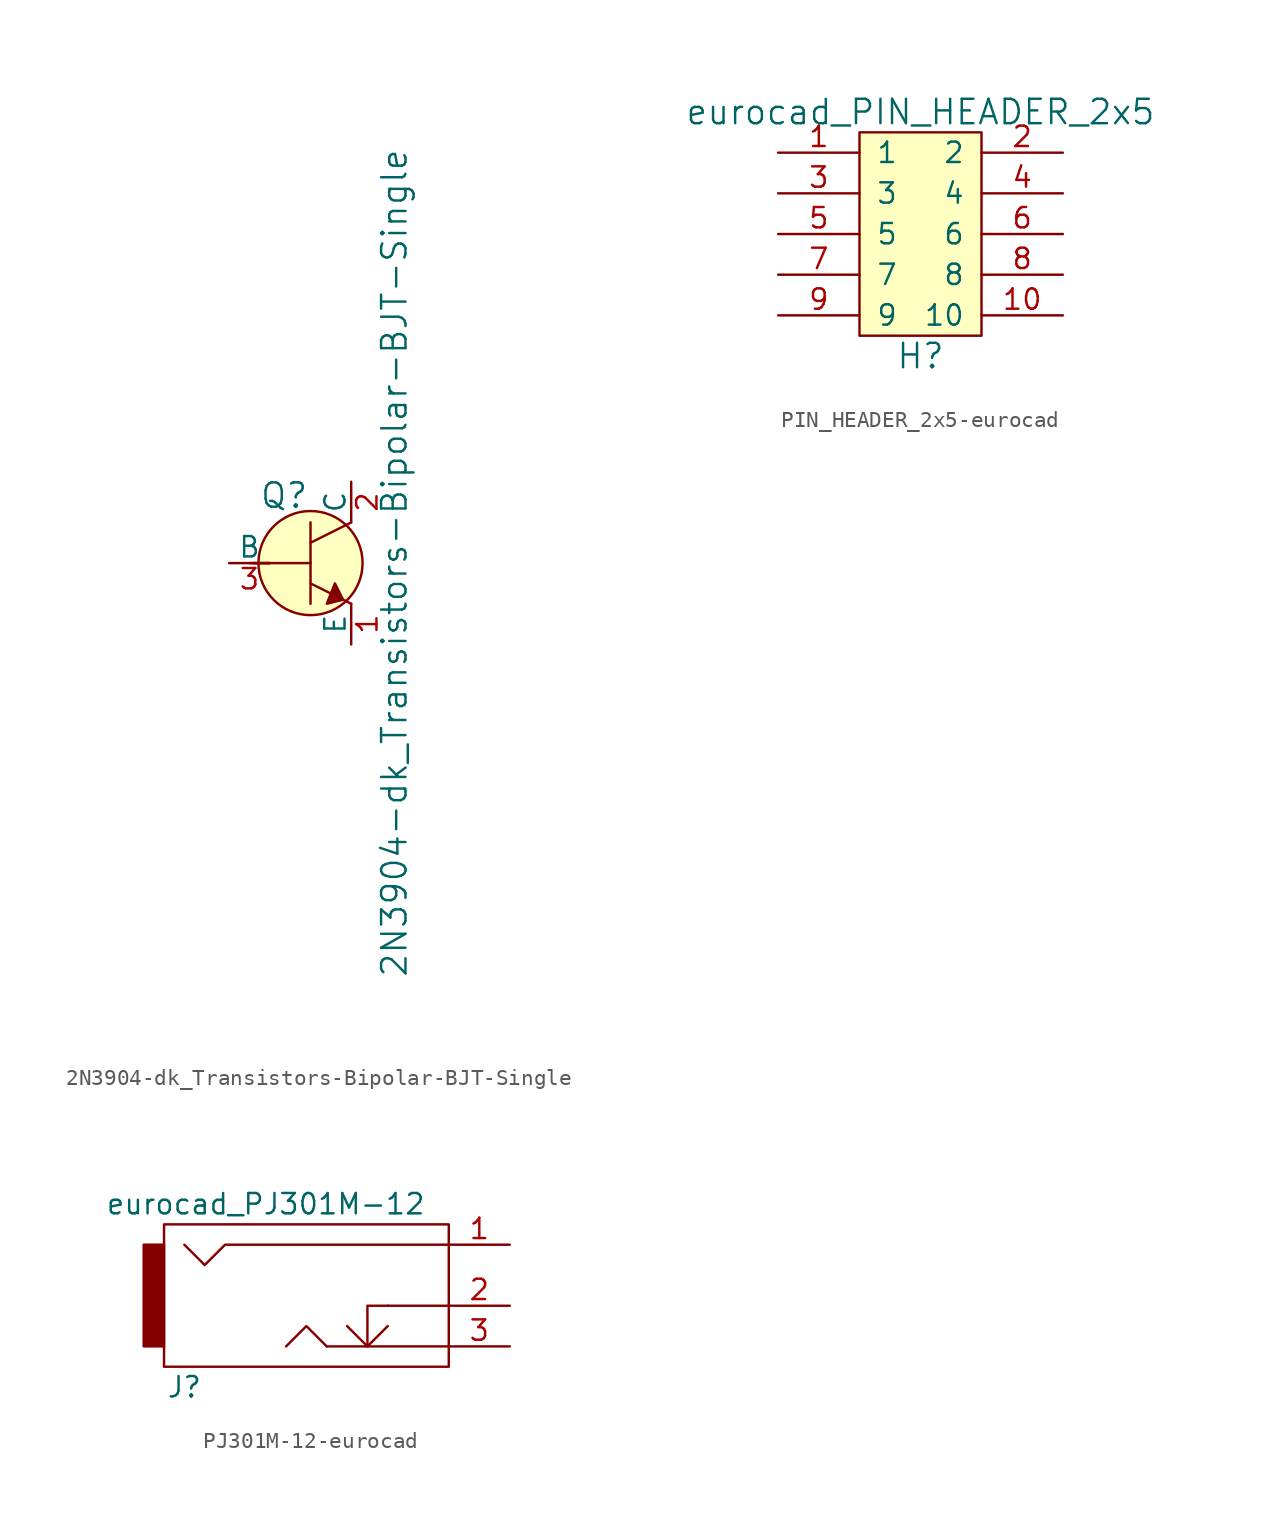
<source format=kicad_sym>
(kicad_symbol_lib
  (version 20220914)
  (generator kicad_symbol_editor)
  (symbol "2N3904-dk_Transistors-Bipolar-BJT-Single"
    (pin_names
      (offset 0))
    (property "Reference" "Q"
      (at -3.2 4.216 0)
      (effects (font (size 1.524 1.524)) (justify left)))
    (property "Value" "2N3904-dk_Transistors-Bipolar-BJT-Single"
      (at 5.232 0 90)
      (effects (font (size 1.524 1.524))))
    (symbol "2N3904-dk_Transistors-Bipolar-BJT-Single_0_1"
      (polyline (pts (xy -3.81 0) (xy -2.54 0)) (stroke (width 0) (type solid)) (fill (type none)))
      (polyline (pts (xy -3.556 0) (xy 0 0)) (stroke (width 0) (type solid)) (fill (type none)))
      (polyline (pts (xy 0 -1.27) (xy 2.54 -2.54)) (stroke (width 0) (type solid)) (fill (type none)))
      (polyline (pts (xy 0 1.27) (xy 2.54 2.54)) (stroke (width 0) (type solid)) (fill (type none)))
      (polyline (pts (xy 0 2.54) (xy 0 -2.54)) (stroke (width 0) (type solid)) (fill (type none)))
      (polyline (pts (xy 1.524 -1.27) (xy 2.032 -2.286) (xy 1.016 -2.54) (xy 1.524 -1.27)) (stroke (width 0) (type solid)) (fill (type outline)))
      (circle (center 0 0) (radius 3.251) (stroke (width 0) (type solid)) (fill (type background))))
    (symbol "2N3904-dk_Transistors-Bipolar-BJT-Single_1_1"
      (pin passive line (at 2.54 -5.08 90) (length 2.54) (name "E" (effects (font (size 1.27 1.27)))) (number "1" (effects (font (size 1.27 1.27)))))
      (pin passive line (at 2.54 5.08 270) (length 2.54) (name "C" (effects (font (size 1.27 1.27)))) (number "2" (effects (font (size 1.27 1.27)))))
      (pin input line (at -5.08 0 0) (length 2.54) (name "B" (effects (font (size 1.27 1.27)))) (number "3" (effects (font (size 1.27 1.27)))))))
  (symbol "PIN_HEADER_2x5-eurocad"
    (pin_names
      (offset 1.016))
    (property "Reference" "H"
      (at 0 -7.62 0)
      (effects (font (size 1.524 1.524))))
    (property "Value" "eurocad_PIN_HEADER_2x5"
      (at 0 7.62 0)
      (effects (font (size 1.524 1.524))))
    (property "Footprint" ""
      (at 2.54 0 0)
      (effects (font (size 1.524 1.524))))
    (property "Datasheet" ""
      (at 2.54 0 0)
      (effects (font (size 1.524 1.524))))
    (symbol "PIN_HEADER_2x5-eurocad_0_1"
      (rectangle (start -3.81 6.35) (end 3.81 -6.35) (stroke (width 0) (type solid)) (fill (type background))))
    (symbol "PIN_HEADER_2x5-eurocad_1_1"
      (pin bidirectional line (at -8.89 5.08 0) (length 5.08) (name "1" (effects (font (size 1.27 1.27)))) (number "1" (effects (font (size 1.27 1.27)))))
      (pin bidirectional line (at 8.89 -5.08 180) (length 5.08) (name "10" (effects (font (size 1.27 1.27)))) (number "10" (effects (font (size 1.27 1.27)))))
      (pin bidirectional line (at 8.89 5.08 180) (length 5.08) (name "2" (effects (font (size 1.27 1.27)))) (number "2" (effects (font (size 1.27 1.27)))))
      (pin bidirectional line (at -8.89 2.54 0) (length 5.08) (name "3" (effects (font (size 1.27 1.27)))) (number "3" (effects (font (size 1.27 1.27)))))
      (pin bidirectional line (at 8.89 2.54 180) (length 5.08) (name "4" (effects (font (size 1.27 1.27)))) (number "4" (effects (font (size 1.27 1.27)))))
      (pin bidirectional line (at -8.89 0 0) (length 5.08) (name "5" (effects (font (size 1.27 1.27)))) (number "5" (effects (font (size 1.27 1.27)))))
      (pin bidirectional line (at 8.89 0 180) (length 5.08) (name "6" (effects (font (size 1.27 1.27)))) (number "6" (effects (font (size 1.27 1.27)))))
      (pin bidirectional line (at -8.89 -2.54 0) (length 5.08) (name "7" (effects (font (size 1.27 1.27)))) (number "7" (effects (font (size 1.27 1.27)))))
      (pin bidirectional line (at 8.89 -2.54 180) (length 5.08) (name "8" (effects (font (size 1.27 1.27)))) (number "8" (effects (font (size 1.27 1.27)))))
      (pin bidirectional line (at -8.89 -5.08 0) (length 5.08) (name "9" (effects (font (size 1.27 1.27)))) (number "9" (effects (font (size 1.27 1.27)))))))
  (symbol "PJ301M-12-eurocad"
    (pin_names
      (offset 1.016))
    (property "Reference" "J"
      (at -8.89 -5.08 0)
      (effects (font (size 1.27 1.27))))
    (property "Value" "eurocad_PJ301M-12"
      (at -3.81 6.35 0)
      (effects (font (size 1.27 1.27))))
    (property "Footprint" ""
      (at 0 0 0)
      (effects (font (size 1.27 1.27))))
    (property "Datasheet" ""
      (at 0 0 0)
      (effects (font (size 1.27 1.27))))
    (symbol "PJ301M-12-eurocad_0_1"
      (rectangle (start -11.43 3.81) (end -10.16 -2.54) (stroke (width 0) (type solid)) (fill (type outline)))
      (polyline (pts (xy 3.81 0) (xy 7.62 0) (xy 7.62 0)) (stroke (width 0) (type solid)) (fill (type none)))
      (polyline (pts (xy 0 -2.54) (xy -1.27 -1.27) (xy -2.54 -2.54) (xy -2.54 -2.54)) (stroke (width 0) (type solid)) (fill (type none)))
      (polyline (pts (xy 0 -2.54) (xy 7.62 -2.54) (xy 7.62 -2.54) (xy 7.62 -2.54)) (stroke (width 0) (type solid)) (fill (type none)))
      (polyline (pts (xy 1.27 -1.27) (xy 2.54 -2.54) (xy 3.81 -1.27) (xy 3.81 -1.27)) (stroke (width 0) (type solid)) (fill (type none)))
      (polyline (pts (xy 3.81 0) (xy 2.54 0) (xy 2.54 -2.54) (xy 2.54 -2.54)) (stroke (width 0) (type solid)) (fill (type none)))
      (polyline (pts (xy 7.62 3.81) (xy -6.35 3.81) (xy -7.62 2.54) (xy -8.89 3.81) (xy -8.89 3.81)) (stroke (width 0) (type solid)) (fill (type none)))
      (rectangle (start 7.62 -3.81) (end -10.16 5.08) (stroke (width 0) (type solid)) (fill (type none))))
    (symbol "PJ301M-12-eurocad_1_1"
      (pin passive line (at 11.43 3.81 180) (length 3.81) (name "~" (effects (font (size 1.27 1.27)))) (number "1" (effects (font (size 1.27 1.27)))))
      (pin passive line (at 11.43 0 180) (length 3.81) (name "~" (effects (font (size 1.27 1.27)))) (number "2" (effects (font (size 1.27 1.27)))))
      (pin passive line (at 11.43 -2.54 180) (length 3.81) (name "~" (effects (font (size 1.27 1.27)))) (number "3" (effects (font (size 1.27 1.27))))))))
</source>
